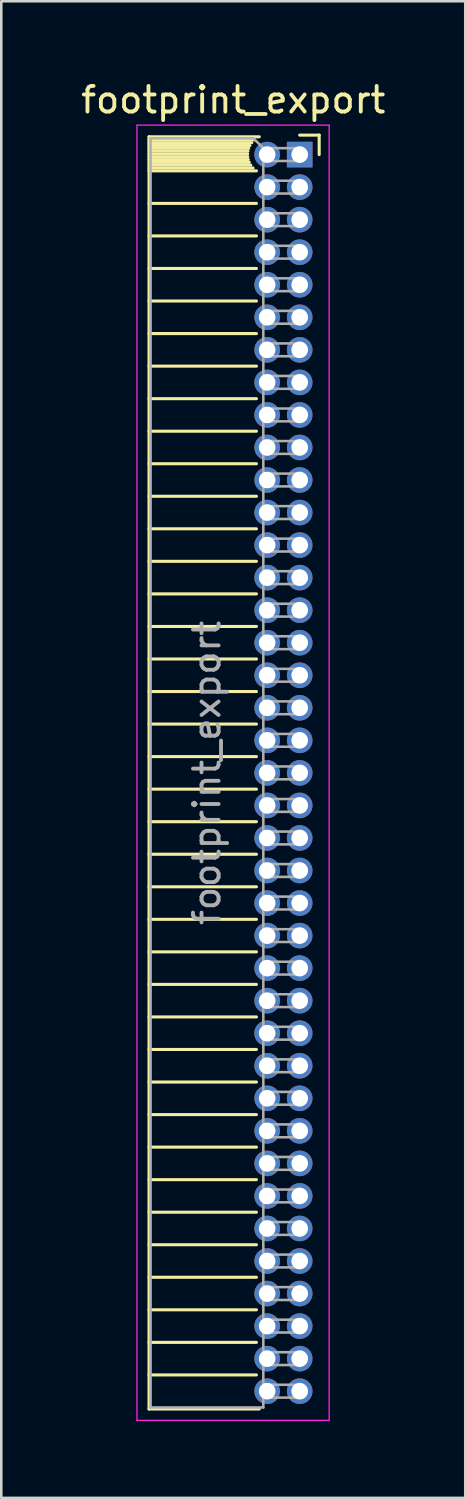
<source format=kicad_pcb>
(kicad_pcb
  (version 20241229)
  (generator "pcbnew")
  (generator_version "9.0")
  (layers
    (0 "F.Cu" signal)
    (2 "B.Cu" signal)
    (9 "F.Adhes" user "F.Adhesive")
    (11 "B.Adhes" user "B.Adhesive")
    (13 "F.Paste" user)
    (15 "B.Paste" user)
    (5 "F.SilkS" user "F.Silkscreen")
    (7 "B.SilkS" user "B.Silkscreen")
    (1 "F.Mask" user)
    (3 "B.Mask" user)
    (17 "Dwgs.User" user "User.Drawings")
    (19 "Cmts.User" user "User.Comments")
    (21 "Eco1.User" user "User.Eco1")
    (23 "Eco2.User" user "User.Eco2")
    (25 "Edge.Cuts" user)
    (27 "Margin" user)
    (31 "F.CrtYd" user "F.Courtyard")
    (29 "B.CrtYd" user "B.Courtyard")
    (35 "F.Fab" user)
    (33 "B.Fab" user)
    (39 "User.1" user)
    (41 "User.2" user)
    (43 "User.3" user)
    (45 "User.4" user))
  (footprint "footprint_export"
    (layer "F.Cu")
    (at 8.646 2.983)
    (property "Reference" "footprint_export" (at -2.592 -2.135 0) (layer "F.SilkS") (effects (font (size 1 1) (thickness 0.15))))
    (attr through_hole)
    (fp_line (start -5.88 -0.695) (end -5.88 48.955) (stroke (width 0.12) (type solid)) (layer "F.SilkS"))
    (fp_line (start -5.88 -0.695) (end -1.578 -0.695) (stroke (width 0.12) (type solid)) (layer "F.SilkS"))
    (fp_line (start -5.88 -0.575) (end -1.767 -0.575) (stroke (width 0.12) (type solid)) (layer "F.SilkS"))
    (fp_line (start -5.88 -0.465) (end -1.871 -0.465) (stroke (width 0.12) (type solid)) (layer "F.SilkS"))
    (fp_line (start -5.88 -0.355) (end -1.942 -0.355) (stroke (width 0.12) (type solid)) (layer "F.SilkS"))
    (fp_line (start -5.88 -0.245) (end -1.989 -0.245) (stroke (width 0.12) (type solid)) (layer "F.SilkS"))
    (fp_line (start -5.88 -0.135) (end -2.018 -0.135) (stroke (width 0.12) (type solid)) (layer "F.SilkS"))
    (fp_line (start -5.88 -0.025) (end -2.03 -0.025) (stroke (width 0.12) (type solid)) (layer "F.SilkS"))
    (fp_line (start -5.88 0.085) (end -2.025 0.085) (stroke (width 0.12) (type solid)) (layer "F.SilkS"))
    (fp_line (start -5.88 0.195) (end -2.005 0.195) (stroke (width 0.12) (type solid)) (layer "F.SilkS"))
    (fp_line (start -5.88 0.305) (end -1.966 0.305) (stroke (width 0.12) (type solid)) (layer "F.SilkS"))
    (fp_line (start -5.88 0.415) (end -1.907 0.415) (stroke (width 0.12) (type solid)) (layer "F.SilkS"))
    (fp_line (start -5.88 0.525) (end -1.82 0.525) (stroke (width 0.12) (type solid)) (layer "F.SilkS"))
    (fp_line (start -5.88 0.635) (end -1.688 0.635) (stroke (width 0.12) (type solid)) (layer "F.SilkS"))
    (fp_line (start -5.88 1.905) (end -1.688 1.905) (stroke (width 0.12) (type solid)) (layer "F.SilkS"))
    (fp_line (start -5.88 3.175) (end -1.688 3.175) (stroke (width 0.12) (type solid)) (layer "F.SilkS"))
    (fp_line (start -5.88 4.445) (end -1.688 4.445) (stroke (width 0.12) (type solid)) (layer "F.SilkS"))
    (fp_line (start -5.88 5.715) (end -1.688 5.715) (stroke (width 0.12) (type solid)) (layer "F.SilkS"))
    (fp_line (start -5.88 6.985) (end -1.688 6.985) (stroke (width 0.12) (type solid)) (layer "F.SilkS"))
    (fp_line (start -5.88 8.255) (end -1.688 8.255) (stroke (width 0.12) (type solid)) (layer "F.SilkS"))
    (fp_line (start -5.88 9.525) (end -1.688 9.525) (stroke (width 0.12) (type solid)) (layer "F.SilkS"))
    (fp_line (start -5.88 10.795) (end -1.688 10.795) (stroke (width 0.12) (type solid)) (layer "F.SilkS"))
    (fp_line (start -5.88 12.065) (end -1.688 12.065) (stroke (width 0.12) (type solid)) (layer "F.SilkS"))
    (fp_line (start -5.88 13.335) (end -1.688 13.335) (stroke (width 0.12) (type solid)) (layer "F.SilkS"))
    (fp_line (start -5.88 14.605) (end -1.688 14.605) (stroke (width 0.12) (type solid)) (layer "F.SilkS"))
    (fp_line (start -5.88 15.875) (end -1.688 15.875) (stroke (width 0.12) (type solid)) (layer "F.SilkS"))
    (fp_line (start -5.88 17.145) (end -1.688 17.145) (stroke (width 0.12) (type solid)) (layer "F.SilkS"))
    (fp_line (start -5.88 18.415) (end -1.688 18.415) (stroke (width 0.12) (type solid)) (layer "F.SilkS"))
    (fp_line (start -5.88 19.685) (end -1.688 19.685) (stroke (width 0.12) (type solid)) (layer "F.SilkS"))
    (fp_line (start -5.88 20.955) (end -1.688 20.955) (stroke (width 0.12) (type solid)) (layer "F.SilkS"))
    (fp_line (start -5.88 22.225) (end -1.688 22.225) (stroke (width 0.12) (type solid)) (layer "F.SilkS"))
    (fp_line (start -5.88 23.495) (end -1.688 23.495) (stroke (width 0.12) (type solid)) (layer "F.SilkS"))
    (fp_line (start -5.88 24.765) (end -1.688 24.765) (stroke (width 0.12) (type solid)) (layer "F.SilkS"))
    (fp_line (start -5.88 26.035) (end -1.688 26.035) (stroke (width 0.12) (type solid)) (layer "F.SilkS"))
    (fp_line (start -5.88 27.305) (end -1.688 27.305) (stroke (width 0.12) (type solid)) (layer "F.SilkS"))
    (fp_line (start -5.88 28.575) (end -1.688 28.575) (stroke (width 0.12) (type solid)) (layer "F.SilkS"))
    (fp_line (start -5.88 29.845) (end -1.688 29.845) (stroke (width 0.12) (type solid)) (layer "F.SilkS"))
    (fp_line (start -5.88 31.115) (end -1.688 31.115) (stroke (width 0.12) (type solid)) (layer "F.SilkS"))
    (fp_line (start -5.88 32.385) (end -1.688 32.385) (stroke (width 0.12) (type solid)) (layer "F.SilkS"))
    (fp_line (start -5.88 33.655) (end -1.688 33.655) (stroke (width 0.12) (type solid)) (layer "F.SilkS"))
    (fp_line (start -5.88 34.925) (end -1.688 34.925) (stroke (width 0.12) (type solid)) (layer "F.SilkS"))
    (fp_line (start -5.88 36.195) (end -1.688 36.195) (stroke (width 0.12) (type solid)) (layer "F.SilkS"))
    (fp_line (start -5.88 37.465) (end -1.688 37.465) (stroke (width 0.12) (type solid)) (layer "F.SilkS"))
    (fp_line (start -5.88 38.735) (end -1.688 38.735) (stroke (width 0.12) (type solid)) (layer "F.SilkS"))
    (fp_line (start -5.88 40.005) (end -1.688 40.005) (stroke (width 0.12) (type solid)) (layer "F.SilkS"))
    (fp_line (start -5.88 41.275) (end -1.688 41.275) (stroke (width 0.12) (type solid)) (layer "F.SilkS"))
    (fp_line (start -5.88 42.545) (end -1.688 42.545) (stroke (width 0.12) (type solid)) (layer "F.SilkS"))
    (fp_line (start -5.88 43.815) (end -1.688 43.815) (stroke (width 0.12) (type solid)) (layer "F.SilkS"))
    (fp_line (start -5.88 45.085) (end -1.688 45.085) (stroke (width 0.12) (type solid)) (layer "F.SilkS"))
    (fp_line (start -5.88 46.355) (end -1.688 46.355) (stroke (width 0.12) (type solid)) (layer "F.SilkS"))
    (fp_line (start -5.88 47.625) (end -1.688 47.625) (stroke (width 0.12) (type solid)) (layer "F.SilkS"))
    (fp_line (start -5.88 48.955) (end -1.578 48.955) (stroke (width 0.12) (type solid)) (layer "F.SilkS"))
    (fp_line (start 0 -0.76) (end 0.76 -0.76) (stroke (width 0.12) (type solid)) (layer "F.SilkS"))
    (fp_line (start 0.76 -0.76) (end 0.76 0) (stroke (width 0.12) (type solid)) (layer "F.SilkS"))
    (fp_line (start -6.35 -1.15) (end -6.35 49.4) (stroke (width 0.05) (type solid)) (layer "F.CrtYd"))
    (fp_line (start -6.35 49.4) (end 1.15 49.4) (stroke (width 0.05) (type solid)) (layer "F.CrtYd"))
    (fp_line (start 1.15 -1.15) (end -6.35 -1.15) (stroke (width 0.05) (type solid)) (layer "F.CrtYd"))
    (fp_line (start 1.15 49.4) (end 1.15 -1.15) (stroke (width 0.05) (type solid)) (layer "F.CrtYd"))
    (fp_line (start -5.82 -0.635) (end -1.805 -0.635) (stroke (width 0.1) (type solid)) (layer "F.Fab"))
    (fp_line (start -5.82 48.895) (end -5.82 -0.635) (stroke (width 0.1) (type solid)) (layer "F.Fab"))
    (fp_line (start -1.805 -0.635) (end -1.42 -0.25) (stroke (width 0.1) (type solid)) (layer "F.Fab"))
    (fp_line (start -1.42 -0.25) (end -1.42 48.895) (stroke (width 0.1) (type solid)) (layer "F.Fab"))
    (fp_line (start -1.42 0.25) (end 0 0.25) (stroke (width 0.1) (type solid)) (layer "F.Fab"))
    (fp_line (start -1.42 1.52) (end 0 1.52) (stroke (width 0.1) (type solid)) (layer "F.Fab"))
    (fp_line (start -1.42 2.79) (end 0 2.79) (stroke (width 0.1) (type solid)) (layer "F.Fab"))
    (fp_line (start -1.42 4.06) (end 0 4.06) (stroke (width 0.1) (type solid)) (layer "F.Fab"))
    (fp_line (start -1.42 5.33) (end 0 5.33) (stroke (width 0.1) (type solid)) (layer "F.Fab"))
    (fp_line (start -1.42 6.6) (end 0 6.6) (stroke (width 0.1) (type solid)) (layer "F.Fab"))
    (fp_line (start -1.42 7.87) (end 0 7.87) (stroke (width 0.1) (type solid)) (layer "F.Fab"))
    (fp_line (start -1.42 9.14) (end 0 9.14) (stroke (width 0.1) (type solid)) (layer "F.Fab"))
    (fp_line (start -1.42 10.41) (end 0 10.41) (stroke (width 0.1) (type solid)) (layer "F.Fab"))
    (fp_line (start -1.42 11.68) (end 0 11.68) (stroke (width 0.1) (type solid)) (layer "F.Fab"))
    (fp_line (start -1.42 12.95) (end 0 12.95) (stroke (width 0.1) (type solid)) (layer "F.Fab"))
    (fp_line (start -1.42 14.22) (end 0 14.22) (stroke (width 0.1) (type solid)) (layer "F.Fab"))
    (fp_line (start -1.42 15.49) (end 0 15.49) (stroke (width 0.1) (type solid)) (layer "F.Fab"))
    (fp_line (start -1.42 16.76) (end 0 16.76) (stroke (width 0.1) (type solid)) (layer "F.Fab"))
    (fp_line (start -1.42 18.03) (end 0 18.03) (stroke (width 0.1) (type solid)) (layer "F.Fab"))
    (fp_line (start -1.42 19.3) (end 0 19.3) (stroke (width 0.1) (type solid)) (layer "F.Fab"))
    (fp_line (start -1.42 20.57) (end 0 20.57) (stroke (width 0.1) (type solid)) (layer "F.Fab"))
    (fp_line (start -1.42 21.84) (end 0 21.84) (stroke (width 0.1) (type solid)) (layer "F.Fab"))
    (fp_line (start -1.42 23.11) (end 0 23.11) (stroke (width 0.1) (type solid)) (layer "F.Fab"))
    (fp_line (start -1.42 24.38) (end 0 24.38) (stroke (width 0.1) (type solid)) (layer "F.Fab"))
    (fp_line (start -1.42 25.65) (end 0 25.65) (stroke (width 0.1) (type solid)) (layer "F.Fab"))
    (fp_line (start -1.42 26.92) (end 0 26.92) (stroke (width 0.1) (type solid)) (layer "F.Fab"))
    (fp_line (start -1.42 28.19) (end 0 28.19) (stroke (width 0.1) (type solid)) (layer "F.Fab"))
    (fp_line (start -1.42 29.46) (end 0 29.46) (stroke (width 0.1) (type solid)) (layer "F.Fab"))
    (fp_line (start -1.42 30.73) (end 0 30.73) (stroke (width 0.1) (type solid)) (layer "F.Fab"))
    (fp_line (start -1.42 32) (end 0 32) (stroke (width 0.1) (type solid)) (layer "F.Fab"))
    (fp_line (start -1.42 33.27) (end 0 33.27) (stroke (width 0.1) (type solid)) (layer "F.Fab"))
    (fp_line (start -1.42 34.54) (end 0 34.54) (stroke (width 0.1) (type solid)) (layer "F.Fab"))
    (fp_line (start -1.42 35.81) (end 0 35.81) (stroke (width 0.1) (type solid)) (layer "F.Fab"))
    (fp_line (start -1.42 37.08) (end 0 37.08) (stroke (width 0.1) (type solid)) (layer "F.Fab"))
    (fp_line (start -1.42 38.35) (end 0 38.35) (stroke (width 0.1) (type solid)) (layer "F.Fab"))
    (fp_line (start -1.42 39.62) (end 0 39.62) (stroke (width 0.1) (type solid)) (layer "F.Fab"))
    (fp_line (start -1.42 40.89) (end 0 40.89) (stroke (width 0.1) (type solid)) (layer "F.Fab"))
    (fp_line (start -1.42 42.16) (end 0 42.16) (stroke (width 0.1) (type solid)) (layer "F.Fab"))
    (fp_line (start -1.42 43.43) (end 0 43.43) (stroke (width 0.1) (type solid)) (layer "F.Fab"))
    (fp_line (start -1.42 44.7) (end 0 44.7) (stroke (width 0.1) (type solid)) (layer "F.Fab"))
    (fp_line (start -1.42 45.97) (end 0 45.97) (stroke (width 0.1) (type solid)) (layer "F.Fab"))
    (fp_line (start -1.42 47.24) (end 0 47.24) (stroke (width 0.1) (type solid)) (layer "F.Fab"))
    (fp_line (start -1.42 48.51) (end 0 48.51) (stroke (width 0.1) (type solid)) (layer "F.Fab"))
    (fp_line (start -1.42 48.895) (end -5.82 48.895) (stroke (width 0.1) (type solid)) (layer "F.Fab"))
    (fp_line (start 0 -0.25) (end -1.42 -0.25) (stroke (width 0.1) (type solid)) (layer "F.Fab"))
    (fp_line (start 0 0.25) (end 0 -0.25) (stroke (width 0.1) (type solid)) (layer "F.Fab"))
    (fp_line (start 0 1.02) (end -1.42 1.02) (stroke (width 0.1) (type solid)) (layer "F.Fab"))
    (fp_line (start 0 1.52) (end 0 1.02) (stroke (width 0.1) (type solid)) (layer "F.Fab"))
    (fp_line (start 0 2.29) (end -1.42 2.29) (stroke (width 0.1) (type solid)) (layer "F.Fab"))
    (fp_line (start 0 2.79) (end 0 2.29) (stroke (width 0.1) (type solid)) (layer "F.Fab"))
    (fp_line (start 0 3.56) (end -1.42 3.56) (stroke (width 0.1) (type solid)) (layer "F.Fab"))
    (fp_line (start 0 4.06) (end 0 3.56) (stroke (width 0.1) (type solid)) (layer "F.Fab"))
    (fp_line (start 0 4.83) (end -1.42 4.83) (stroke (width 0.1) (type solid)) (layer "F.Fab"))
    (fp_line (start 0 5.33) (end 0 4.83) (stroke (width 0.1) (type solid)) (layer "F.Fab"))
    (fp_line (start 0 6.1) (end -1.42 6.1) (stroke (width 0.1) (type solid)) (layer "F.Fab"))
    (fp_line (start 0 6.6) (end 0 6.1) (stroke (width 0.1) (type solid)) (layer "F.Fab"))
    (fp_line (start 0 7.37) (end -1.42 7.37) (stroke (width 0.1) (type solid)) (layer "F.Fab"))
    (fp_line (start 0 7.87) (end 0 7.37) (stroke (width 0.1) (type solid)) (layer "F.Fab"))
    (fp_line (start 0 8.64) (end -1.42 8.64) (stroke (width 0.1) (type solid)) (layer "F.Fab"))
    (fp_line (start 0 9.14) (end 0 8.64) (stroke (width 0.1) (type solid)) (layer "F.Fab"))
    (fp_line (start 0 9.91) (end -1.42 9.91) (stroke (width 0.1) (type solid)) (layer "F.Fab"))
    (fp_line (start 0 10.41) (end 0 9.91) (stroke (width 0.1) (type solid)) (layer "F.Fab"))
    (fp_line (start 0 11.18) (end -1.42 11.18) (stroke (width 0.1) (type solid)) (layer "F.Fab"))
    (fp_line (start 0 11.68) (end 0 11.18) (stroke (width 0.1) (type solid)) (layer "F.Fab"))
    (fp_line (start 0 12.45) (end -1.42 12.45) (stroke (width 0.1) (type solid)) (layer "F.Fab"))
    (fp_line (start 0 12.95) (end 0 12.45) (stroke (width 0.1) (type solid)) (layer "F.Fab"))
    (fp_line (start 0 13.72) (end -1.42 13.72) (stroke (width 0.1) (type solid)) (layer "F.Fab"))
    (fp_line (start 0 14.22) (end 0 13.72) (stroke (width 0.1) (type solid)) (layer "F.Fab"))
    (fp_line (start 0 14.99) (end -1.42 14.99) (stroke (width 0.1) (type solid)) (layer "F.Fab"))
    (fp_line (start 0 15.49) (end 0 14.99) (stroke (width 0.1) (type solid)) (layer "F.Fab"))
    (fp_line (start 0 16.26) (end -1.42 16.26) (stroke (width 0.1) (type solid)) (layer "F.Fab"))
    (fp_line (start 0 16.76) (end 0 16.26) (stroke (width 0.1) (type solid)) (layer "F.Fab"))
    (fp_line (start 0 17.53) (end -1.42 17.53) (stroke (width 0.1) (type solid)) (layer "F.Fab"))
    (fp_line (start 0 18.03) (end 0 17.53) (stroke (width 0.1) (type solid)) (layer "F.Fab"))
    (fp_line (start 0 18.8) (end -1.42 18.8) (stroke (width 0.1) (type solid)) (layer "F.Fab"))
    (fp_line (start 0 19.3) (end 0 18.8) (stroke (width 0.1) (type solid)) (layer "F.Fab"))
    (fp_line (start 0 20.07) (end -1.42 20.07) (stroke (width 0.1) (type solid)) (layer "F.Fab"))
    (fp_line (start 0 20.57) (end 0 20.07) (stroke (width 0.1) (type solid)) (layer "F.Fab"))
    (fp_line (start 0 21.34) (end -1.42 21.34) (stroke (width 0.1) (type solid)) (layer "F.Fab"))
    (fp_line (start 0 21.84) (end 0 21.34) (stroke (width 0.1) (type solid)) (layer "F.Fab"))
    (fp_line (start 0 22.61) (end -1.42 22.61) (stroke (width 0.1) (type solid)) (layer "F.Fab"))
    (fp_line (start 0 23.11) (end 0 22.61) (stroke (width 0.1) (type solid)) (layer "F.Fab"))
    (fp_line (start 0 23.88) (end -1.42 23.88) (stroke (width 0.1) (type solid)) (layer "F.Fab"))
    (fp_line (start 0 24.38) (end 0 23.88) (stroke (width 0.1) (type solid)) (layer "F.Fab"))
    (fp_line (start 0 25.15) (end -1.42 25.15) (stroke (width 0.1) (type solid)) (layer "F.Fab"))
    (fp_line (start 0 25.65) (end 0 25.15) (stroke (width 0.1) (type solid)) (layer "F.Fab"))
    (fp_line (start 0 26.42) (end -1.42 26.42) (stroke (width 0.1) (type solid)) (layer "F.Fab"))
    (fp_line (start 0 26.92) (end 0 26.42) (stroke (width 0.1) (type solid)) (layer "F.Fab"))
    (fp_line (start 0 27.69) (end -1.42 27.69) (stroke (width 0.1) (type solid)) (layer "F.Fab"))
    (fp_line (start 0 28.19) (end 0 27.69) (stroke (width 0.1) (type solid)) (layer "F.Fab"))
    (fp_line (start 0 28.96) (end -1.42 28.96) (stroke (width 0.1) (type solid)) (layer "F.Fab"))
    (fp_line (start 0 29.46) (end 0 28.96) (stroke (width 0.1) (type solid)) (layer "F.Fab"))
    (fp_line (start 0 30.23) (end -1.42 30.23) (stroke (width 0.1) (type solid)) (layer "F.Fab"))
    (fp_line (start 0 30.73) (end 0 30.23) (stroke (width 0.1) (type solid)) (layer "F.Fab"))
    (fp_line (start 0 31.5) (end -1.42 31.5) (stroke (width 0.1) (type solid)) (layer "F.Fab"))
    (fp_line (start 0 32) (end 0 31.5) (stroke (width 0.1) (type solid)) (layer "F.Fab"))
    (fp_line (start 0 32.77) (end -1.42 32.77) (stroke (width 0.1) (type solid)) (layer "F.Fab"))
    (fp_line (start 0 33.27) (end 0 32.77) (stroke (width 0.1) (type solid)) (layer "F.Fab"))
    (fp_line (start 0 34.04) (end -1.42 34.04) (stroke (width 0.1) (type solid)) (layer "F.Fab"))
    (fp_line (start 0 34.54) (end 0 34.04) (stroke (width 0.1) (type solid)) (layer "F.Fab"))
    (fp_line (start 0 35.31) (end -1.42 35.31) (stroke (width 0.1) (type solid)) (layer "F.Fab"))
    (fp_line (start 0 35.81) (end 0 35.31) (stroke (width 0.1) (type solid)) (layer "F.Fab"))
    (fp_line (start 0 36.58) (end -1.42 36.58) (stroke (width 0.1) (type solid)) (layer "F.Fab"))
    (fp_line (start 0 37.08) (end 0 36.58) (stroke (width 0.1) (type solid)) (layer "F.Fab"))
    (fp_line (start 0 37.85) (end -1.42 37.85) (stroke (width 0.1) (type solid)) (layer "F.Fab"))
    (fp_line (start 0 38.35) (end 0 37.85) (stroke (width 0.1) (type solid)) (layer "F.Fab"))
    (fp_line (start 0 39.12) (end -1.42 39.12) (stroke (width 0.1) (type solid)) (layer "F.Fab"))
    (fp_line (start 0 39.62) (end 0 39.12) (stroke (width 0.1) (type solid)) (layer "F.Fab"))
    (fp_line (start 0 40.39) (end -1.42 40.39) (stroke (width 0.1) (type solid)) (layer "F.Fab"))
    (fp_line (start 0 40.89) (end 0 40.39) (stroke (width 0.1) (type solid)) (layer "F.Fab"))
    (fp_line (start 0 41.66) (end -1.42 41.66) (stroke (width 0.1) (type solid)) (layer "F.Fab"))
    (fp_line (start 0 42.16) (end 0 41.66) (stroke (width 0.1) (type solid)) (layer "F.Fab"))
    (fp_line (start 0 42.93) (end -1.42 42.93) (stroke (width 0.1) (type solid)) (layer "F.Fab"))
    (fp_line (start 0 43.43) (end 0 42.93) (stroke (width 0.1) (type solid)) (layer "F.Fab"))
    (fp_line (start 0 44.2) (end -1.42 44.2) (stroke (width 0.1) (type solid)) (layer "F.Fab"))
    (fp_line (start 0 44.7) (end 0 44.2) (stroke (width 0.1) (type solid)) (layer "F.Fab"))
    (fp_line (start 0 45.47) (end -1.42 45.47) (stroke (width 0.1) (type solid)) (layer "F.Fab"))
    (fp_line (start 0 45.97) (end 0 45.47) (stroke (width 0.1) (type solid)) (layer "F.Fab"))
    (fp_line (start 0 46.74) (end -1.42 46.74) (stroke (width 0.1) (type solid)) (layer "F.Fab"))
    (fp_line (start 0 47.24) (end 0 46.74) (stroke (width 0.1) (type solid)) (layer "F.Fab"))
    (fp_line (start 0 48.01) (end -1.42 48.01) (stroke (width 0.1) (type solid)) (layer "F.Fab"))
    (fp_line (start 0 48.51) (end 0 48.01) (stroke (width 0.1) (type solid)) (layer "F.Fab"))
    (fp_text user "${REFERENCE}" (at -3.62 24.13 90) (layer "F.Fab") (effects (font (size 1 1) (thickness 0.15))))
    (pad "1" thru_hole rect (at 0 0) (size 1 1) (drill 0.65) (layers "*.Cu" "*.Mask"))
    (pad "2" thru_hole oval (at -1.27 0) (size 1 1) (drill 0.65) (layers "*.Cu" "*.Mask"))
    (pad "3" thru_hole oval (at 0 1.27) (size 1 1) (drill 0.65) (layers "*.Cu" "*.Mask"))
    (pad "4" thru_hole oval (at -1.27 1.27) (size 1 1) (drill 0.65) (layers "*.Cu" "*.Mask"))
    (pad "5" thru_hole oval (at 0 2.54) (size 1 1) (drill 0.65) (layers "*.Cu" "*.Mask"))
    (pad "6" thru_hole oval (at -1.27 2.54) (size 1 1) (drill 0.65) (layers "*.Cu" "*.Mask"))
    (pad "7" thru_hole oval (at 0 3.81) (size 1 1) (drill 0.65) (layers "*.Cu" "*.Mask"))
    (pad "8" thru_hole oval (at -1.27 3.81) (size 1 1) (drill 0.65) (layers "*.Cu" "*.Mask"))
    (pad "9" thru_hole oval (at 0 5.08) (size 1 1) (drill 0.65) (layers "*.Cu" "*.Mask"))
    (pad "10" thru_hole oval (at -1.27 5.08) (size 1 1) (drill 0.65) (layers "*.Cu" "*.Mask"))
    (pad "11" thru_hole oval (at 0 6.35) (size 1 1) (drill 0.65) (layers "*.Cu" "*.Mask"))
    (pad "12" thru_hole oval (at -1.27 6.35) (size 1 1) (drill 0.65) (layers "*.Cu" "*.Mask"))
    (pad "13" thru_hole oval (at 0 7.62) (size 1 1) (drill 0.65) (layers "*.Cu" "*.Mask"))
    (pad "14" thru_hole oval (at -1.27 7.62) (size 1 1) (drill 0.65) (layers "*.Cu" "*.Mask"))
    (pad "15" thru_hole oval (at 0 8.89) (size 1 1) (drill 0.65) (layers "*.Cu" "*.Mask"))
    (pad "16" thru_hole oval (at -1.27 8.89) (size 1 1) (drill 0.65) (layers "*.Cu" "*.Mask"))
    (pad "17" thru_hole oval (at 0 10.16) (size 1 1) (drill 0.65) (layers "*.Cu" "*.Mask"))
    (pad "18" thru_hole oval (at -1.27 10.16) (size 1 1) (drill 0.65) (layers "*.Cu" "*.Mask"))
    (pad "19" thru_hole oval (at 0 11.43) (size 1 1) (drill 0.65) (layers "*.Cu" "*.Mask"))
    (pad "20" thru_hole oval (at -1.27 11.43) (size 1 1) (drill 0.65) (layers "*.Cu" "*.Mask"))
    (pad "21" thru_hole oval (at 0 12.7) (size 1 1) (drill 0.65) (layers "*.Cu" "*.Mask"))
    (pad "22" thru_hole oval (at -1.27 12.7) (size 1 1) (drill 0.65) (layers "*.Cu" "*.Mask"))
    (pad "23" thru_hole oval (at 0 13.97) (size 1 1) (drill 0.65) (layers "*.Cu" "*.Mask"))
    (pad "24" thru_hole oval (at -1.27 13.97) (size 1 1) (drill 0.65) (layers "*.Cu" "*.Mask"))
    (pad "25" thru_hole oval (at 0 15.24) (size 1 1) (drill 0.65) (layers "*.Cu" "*.Mask"))
    (pad "26" thru_hole oval (at -1.27 15.24) (size 1 1) (drill 0.65) (layers "*.Cu" "*.Mask"))
    (pad "27" thru_hole oval (at 0 16.51) (size 1 1) (drill 0.65) (layers "*.Cu" "*.Mask"))
    (pad "28" thru_hole oval (at -1.27 16.51) (size 1 1) (drill 0.65) (layers "*.Cu" "*.Mask"))
    (pad "29" thru_hole oval (at 0 17.78) (size 1 1) (drill 0.65) (layers "*.Cu" "*.Mask"))
    (pad "30" thru_hole oval (at -1.27 17.78) (size 1 1) (drill 0.65) (layers "*.Cu" "*.Mask"))
    (pad "31" thru_hole oval (at 0 19.05) (size 1 1) (drill 0.65) (layers "*.Cu" "*.Mask"))
    (pad "32" thru_hole oval (at -1.27 19.05) (size 1 1) (drill 0.65) (layers "*.Cu" "*.Mask"))
    (pad "33" thru_hole oval (at 0 20.32) (size 1 1) (drill 0.65) (layers "*.Cu" "*.Mask"))
    (pad "34" thru_hole oval (at -1.27 20.32) (size 1 1) (drill 0.65) (layers "*.Cu" "*.Mask"))
    (pad "35" thru_hole oval (at 0 21.59) (size 1 1) (drill 0.65) (layers "*.Cu" "*.Mask"))
    (pad "36" thru_hole oval (at -1.27 21.59) (size 1 1) (drill 0.65) (layers "*.Cu" "*.Mask"))
    (pad "37" thru_hole oval (at 0 22.86) (size 1 1) (drill 0.65) (layers "*.Cu" "*.Mask"))
    (pad "38" thru_hole oval (at -1.27 22.86) (size 1 1) (drill 0.65) (layers "*.Cu" "*.Mask"))
    (pad "39" thru_hole oval (at 0 24.13) (size 1 1) (drill 0.65) (layers "*.Cu" "*.Mask"))
    (pad "40" thru_hole oval (at -1.27 24.13) (size 1 1) (drill 0.65) (layers "*.Cu" "*.Mask"))
    (pad "41" thru_hole oval (at 0 25.4) (size 1 1) (drill 0.65) (layers "*.Cu" "*.Mask"))
    (pad "42" thru_hole oval (at -1.27 25.4) (size 1 1) (drill 0.65) (layers "*.Cu" "*.Mask"))
    (pad "43" thru_hole oval (at 0 26.67) (size 1 1) (drill 0.65) (layers "*.Cu" "*.Mask"))
    (pad "44" thru_hole oval (at -1.27 26.67) (size 1 1) (drill 0.65) (layers "*.Cu" "*.Mask"))
    (pad "45" thru_hole oval (at 0 27.94) (size 1 1) (drill 0.65) (layers "*.Cu" "*.Mask"))
    (pad "46" thru_hole oval (at -1.27 27.94) (size 1 1) (drill 0.65) (layers "*.Cu" "*.Mask"))
    (pad "47" thru_hole oval (at 0 29.21) (size 1 1) (drill 0.65) (layers "*.Cu" "*.Mask"))
    (pad "48" thru_hole oval (at -1.27 29.21) (size 1 1) (drill 0.65) (layers "*.Cu" "*.Mask"))
    (pad "49" thru_hole oval (at 0 30.48) (size 1 1) (drill 0.65) (layers "*.Cu" "*.Mask"))
    (pad "50" thru_hole oval (at -1.27 30.48) (size 1 1) (drill 0.65) (layers "*.Cu" "*.Mask"))
    (pad "51" thru_hole oval (at 0 31.75) (size 1 1) (drill 0.65) (layers "*.Cu" "*.Mask"))
    (pad "52" thru_hole oval (at -1.27 31.75) (size 1 1) (drill 0.65) (layers "*.Cu" "*.Mask"))
    (pad "53" thru_hole oval (at 0 33.02) (size 1 1) (drill 0.65) (layers "*.Cu" "*.Mask"))
    (pad "54" thru_hole oval (at -1.27 33.02) (size 1 1) (drill 0.65) (layers "*.Cu" "*.Mask"))
    (pad "55" thru_hole oval (at 0 34.29) (size 1 1) (drill 0.65) (layers "*.Cu" "*.Mask"))
    (pad "56" thru_hole oval (at -1.27 34.29) (size 1 1) (drill 0.65) (layers "*.Cu" "*.Mask"))
    (pad "57" thru_hole oval (at 0 35.56) (size 1 1) (drill 0.65) (layers "*.Cu" "*.Mask"))
    (pad "58" thru_hole oval (at -1.27 35.56) (size 1 1) (drill 0.65) (layers "*.Cu" "*.Mask"))
    (pad "59" thru_hole oval (at 0 36.83) (size 1 1) (drill 0.65) (layers "*.Cu" "*.Mask"))
    (pad "60" thru_hole oval (at -1.27 36.83) (size 1 1) (drill 0.65) (layers "*.Cu" "*.Mask"))
    (pad "61" thru_hole oval (at 0 38.1) (size 1 1) (drill 0.65) (layers "*.Cu" "*.Mask"))
    (pad "62" thru_hole oval (at -1.27 38.1) (size 1 1) (drill 0.65) (layers "*.Cu" "*.Mask"))
    (pad "63" thru_hole oval (at 0 39.37) (size 1 1) (drill 0.65) (layers "*.Cu" "*.Mask"))
    (pad "64" thru_hole oval (at -1.27 39.37) (size 1 1) (drill 0.65) (layers "*.Cu" "*.Mask"))
    (pad "65" thru_hole oval (at 0 40.64) (size 1 1) (drill 0.65) (layers "*.Cu" "*.Mask"))
    (pad "66" thru_hole oval (at -1.27 40.64) (size 1 1) (drill 0.65) (layers "*.Cu" "*.Mask"))
    (pad "67" thru_hole oval (at 0 41.91) (size 1 1) (drill 0.65) (layers "*.Cu" "*.Mask"))
    (pad "68" thru_hole oval (at -1.27 41.91) (size 1 1) (drill 0.65) (layers "*.Cu" "*.Mask"))
    (pad "69" thru_hole oval (at 0 43.18) (size 1 1) (drill 0.65) (layers "*.Cu" "*.Mask"))
    (pad "70" thru_hole oval (at -1.27 43.18) (size 1 1) (drill 0.65) (layers "*.Cu" "*.Mask"))
    (pad "71" thru_hole oval (at 0 44.45) (size 1 1) (drill 0.65) (layers "*.Cu" "*.Mask"))
    (pad "72" thru_hole oval (at -1.27 44.45) (size 1 1) (drill 0.65) (layers "*.Cu" "*.Mask"))
    (pad "73" thru_hole oval (at 0 45.72) (size 1 1) (drill 0.65) (layers "*.Cu" "*.Mask"))
    (pad "74" thru_hole oval (at -1.27 45.72) (size 1 1) (drill 0.65) (layers "*.Cu" "*.Mask"))
    (pad "75" thru_hole oval (at 0 46.99) (size 1 1) (drill 0.65) (layers "*.Cu" "*.Mask"))
    (pad "76" thru_hole oval (at -1.27 46.99) (size 1 1) (drill 0.65) (layers "*.Cu" "*.Mask"))
    (pad "77" thru_hole oval (at 0 48.26) (size 1 1) (drill 0.65) (layers "*.Cu" "*.Mask"))
    (pad "78" thru_hole oval (at -1.27 48.26) (size 1 1) (drill 0.65) (layers "*.Cu" "*.Mask")))
  (gr_rect
    (start -3 -3)
    (end 15.107 55.408)
    (stroke (width 0.1) (type default))
    (fill no)
    (layer "Edge.Cuts")))
</source>
